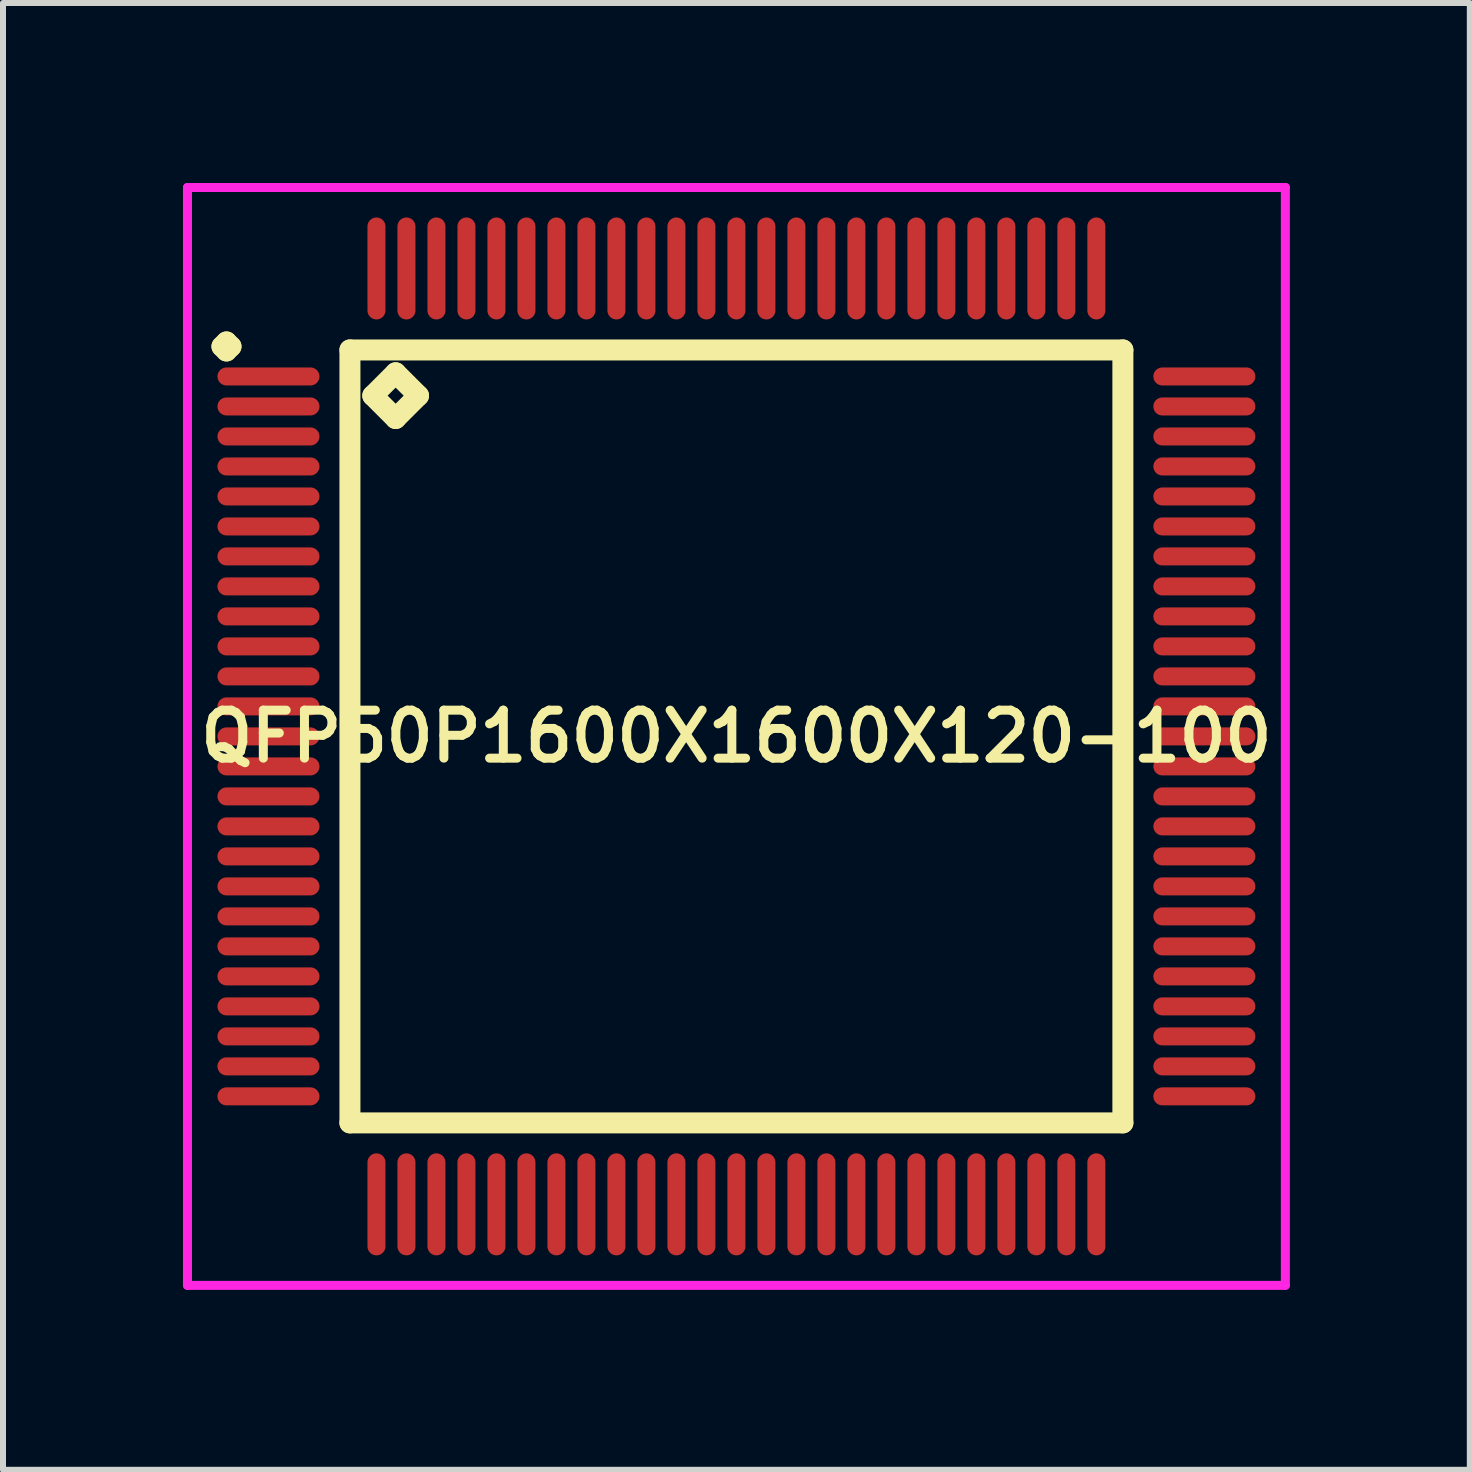
<source format=kicad_pcb>
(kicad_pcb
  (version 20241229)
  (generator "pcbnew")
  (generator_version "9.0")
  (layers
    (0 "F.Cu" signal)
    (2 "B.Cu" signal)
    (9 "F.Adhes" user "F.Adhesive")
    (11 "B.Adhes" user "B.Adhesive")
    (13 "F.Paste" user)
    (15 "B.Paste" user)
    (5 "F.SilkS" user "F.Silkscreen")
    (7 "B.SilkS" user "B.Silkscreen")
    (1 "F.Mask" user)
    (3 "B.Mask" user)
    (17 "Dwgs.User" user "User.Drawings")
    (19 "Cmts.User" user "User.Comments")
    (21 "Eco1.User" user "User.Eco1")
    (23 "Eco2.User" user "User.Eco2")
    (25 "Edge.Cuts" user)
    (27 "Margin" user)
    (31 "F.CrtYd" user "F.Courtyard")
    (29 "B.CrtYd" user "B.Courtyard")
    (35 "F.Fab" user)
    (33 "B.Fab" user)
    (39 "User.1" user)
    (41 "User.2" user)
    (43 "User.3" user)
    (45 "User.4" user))
  (footprint "QFP50P1600X1600X120-100"
    (layer "F.Cu")
    (at 9.225 9.225)
    (property "Reference" "QFP50P1600X1600X120-100" (at 0 0 0) (layer "F.SilkS") (effects (font (size 0.8 0.8) (thickness 0.15))))
    (attr through_hole)
    (fp_line (start -8.575 -6.5) (end -8.5 -6.575) (stroke (width 0.35) (type solid)) (layer "F.SilkS"))
    (fp_line (start -8.5 -6.575) (end -8.425 -6.5) (stroke (width 0.35) (type solid)) (layer "F.SilkS"))
    (fp_line (start -8.5 -6.425) (end -8.575 -6.5) (stroke (width 0.35) (type solid)) (layer "F.SilkS"))
    (fp_line (start -8.425 -6.5) (end -8.5 -6.425) (stroke (width 0.35) (type solid)) (layer "F.SilkS"))
    (fp_line (start -6.442 -6.442) (end -6.442 6.442) (stroke (width 0.35) (type solid)) (layer "F.SilkS"))
    (fp_line (start -6.442 6.442) (end 6.442 6.442) (stroke (width 0.35) (type solid)) (layer "F.SilkS"))
    (fp_line (start -6.061 -5.68) (end -5.68 -6.061) (stroke (width 0.35) (type solid)) (layer "F.SilkS"))
    (fp_line (start -5.68 -6.061) (end -5.299 -5.68) (stroke (width 0.35) (type solid)) (layer "F.SilkS"))
    (fp_line (start -5.68 -5.299) (end -6.061 -5.68) (stroke (width 0.35) (type solid)) (layer "F.SilkS"))
    (fp_line (start -5.299 -5.68) (end -5.68 -5.299) (stroke (width 0.35) (type solid)) (layer "F.SilkS"))
    (fp_line (start 6.442 -6.442) (end -6.442 -6.442) (stroke (width 0.35) (type solid)) (layer "F.SilkS"))
    (fp_line (start 6.442 6.442) (end 6.442 -6.442) (stroke (width 0.35) (type solid)) (layer "F.SilkS"))
    (fp_line (start -9.15 -9.15) (end 9.15 -9.15) (stroke (width 0.15) (type solid)) (layer "F.CrtYd"))
    (fp_line (start -9.15 9.15) (end -9.15 -9.15) (stroke (width 0.15) (type solid)) (layer "F.CrtYd"))
    (fp_line (start 9.15 -9.15) (end 9.15 9.15) (stroke (width 0.15) (type solid)) (layer "F.CrtYd"))
    (fp_line (start 9.15 9.15) (end -9.15 9.15) (stroke (width 0.15) (type solid)) (layer "F.CrtYd"))
    (pad "1" smd oval (at -7.8 -6) (size 1.7 0.3) (layers "F.Cu" "F.Mask" "F.Paste"))
    (pad "2" smd oval (at -7.8 -5.5) (size 1.7 0.3) (layers "F.Cu" "F.Mask" "F.Paste"))
    (pad "3" smd oval (at -7.8 -5) (size 1.7 0.3) (layers "F.Cu" "F.Mask" "F.Paste"))
    (pad "4" smd oval (at -7.8 -4.5) (size 1.7 0.3) (layers "F.Cu" "F.Mask" "F.Paste"))
    (pad "5" smd oval (at -7.8 -4) (size 1.7 0.3) (layers "F.Cu" "F.Mask" "F.Paste"))
    (pad "6" smd oval (at -7.8 -3.5) (size 1.7 0.3) (layers "F.Cu" "F.Mask" "F.Paste"))
    (pad "7" smd oval (at -7.8 -3) (size 1.7 0.3) (layers "F.Cu" "F.Mask" "F.Paste"))
    (pad "8" smd oval (at -7.8 -2.5) (size 1.7 0.3) (layers "F.Cu" "F.Mask" "F.Paste"))
    (pad "9" smd oval (at -7.8 -2) (size 1.7 0.3) (layers "F.Cu" "F.Mask" "F.Paste"))
    (pad "10" smd oval (at -7.8 -1.5) (size 1.7 0.3) (layers "F.Cu" "F.Mask" "F.Paste"))
    (pad "11" smd oval (at -7.8 -1) (size 1.7 0.3) (layers "F.Cu" "F.Mask" "F.Paste"))
    (pad "12" smd oval (at -7.8 -0.5) (size 1.7 0.3) (layers "F.Cu" "F.Mask" "F.Paste"))
    (pad "13" smd oval (at -7.8 0) (size 1.7 0.3) (layers "F.Cu" "F.Mask" "F.Paste"))
    (pad "14" smd oval (at -7.8 0.5) (size 1.7 0.3) (layers "F.Cu" "F.Mask" "F.Paste"))
    (pad "15" smd oval (at -7.8 1) (size 1.7 0.3) (layers "F.Cu" "F.Mask" "F.Paste"))
    (pad "16" smd oval (at -7.8 1.5) (size 1.7 0.3) (layers "F.Cu" "F.Mask" "F.Paste"))
    (pad "17" smd oval (at -7.8 2) (size 1.7 0.3) (layers "F.Cu" "F.Mask" "F.Paste"))
    (pad "18" smd oval (at -7.8 2.5) (size 1.7 0.3) (layers "F.Cu" "F.Mask" "F.Paste"))
    (pad "19" smd oval (at -7.8 3) (size 1.7 0.3) (layers "F.Cu" "F.Mask" "F.Paste"))
    (pad "20" smd oval (at -7.8 3.5) (size 1.7 0.3) (layers "F.Cu" "F.Mask" "F.Paste"))
    (pad "21" smd oval (at -7.8 4) (size 1.7 0.3) (layers "F.Cu" "F.Mask" "F.Paste"))
    (pad "22" smd oval (at -7.8 4.5) (size 1.7 0.3) (layers "F.Cu" "F.Mask" "F.Paste"))
    (pad "23" smd oval (at -7.8 5) (size 1.7 0.3) (layers "F.Cu" "F.Mask" "F.Paste"))
    (pad "24" smd oval (at -7.8 5.5) (size 1.7 0.3) (layers "F.Cu" "F.Mask" "F.Paste"))
    (pad "25" smd oval (at -7.8 6) (size 1.7 0.3) (layers "F.Cu" "F.Mask" "F.Paste"))
    (pad "26" smd oval (at -6 7.8) (size 0.3 1.7) (layers "F.Cu" "F.Mask" "F.Paste"))
    (pad "27" smd oval (at -5.5 7.8) (size 0.3 1.7) (layers "F.Cu" "F.Mask" "F.Paste"))
    (pad "28" smd oval (at -5 7.8) (size 0.3 1.7) (layers "F.Cu" "F.Mask" "F.Paste"))
    (pad "29" smd oval (at -4.5 7.8) (size 0.3 1.7) (layers "F.Cu" "F.Mask" "F.Paste"))
    (pad "30" smd oval (at -4 7.8) (size 0.3 1.7) (layers "F.Cu" "F.Mask" "F.Paste"))
    (pad "31" smd oval (at -3.5 7.8) (size 0.3 1.7) (layers "F.Cu" "F.Mask" "F.Paste"))
    (pad "32" smd oval (at -3 7.8) (size 0.3 1.7) (layers "F.Cu" "F.Mask" "F.Paste"))
    (pad "33" smd oval (at -2.5 7.8) (size 0.3 1.7) (layers "F.Cu" "F.Mask" "F.Paste"))
    (pad "34" smd oval (at -2 7.8) (size 0.3 1.7) (layers "F.Cu" "F.Mask" "F.Paste"))
    (pad "35" smd oval (at -1.5 7.8) (size 0.3 1.7) (layers "F.Cu" "F.Mask" "F.Paste"))
    (pad "36" smd oval (at -1 7.8) (size 0.3 1.7) (layers "F.Cu" "F.Mask" "F.Paste"))
    (pad "37" smd oval (at -0.5 7.8) (size 0.3 1.7) (layers "F.Cu" "F.Mask" "F.Paste"))
    (pad "38" smd oval (at 0 7.8) (size 0.3 1.7) (layers "F.Cu" "F.Mask" "F.Paste"))
    (pad "39" smd oval (at 0.5 7.8) (size 0.3 1.7) (layers "F.Cu" "F.Mask" "F.Paste"))
    (pad "40" smd oval (at 1 7.8) (size 0.3 1.7) (layers "F.Cu" "F.Mask" "F.Paste"))
    (pad "41" smd oval (at 1.5 7.8) (size 0.3 1.7) (layers "F.Cu" "F.Mask" "F.Paste"))
    (pad "42" smd oval (at 2 7.8) (size 0.3 1.7) (layers "F.Cu" "F.Mask" "F.Paste"))
    (pad "43" smd oval (at 2.5 7.8) (size 0.3 1.7) (layers "F.Cu" "F.Mask" "F.Paste"))
    (pad "44" smd oval (at 3 7.8) (size 0.3 1.7) (layers "F.Cu" "F.Mask" "F.Paste"))
    (pad "45" smd oval (at 3.5 7.8) (size 0.3 1.7) (layers "F.Cu" "F.Mask" "F.Paste"))
    (pad "46" smd oval (at 4 7.8) (size 0.3 1.7) (layers "F.Cu" "F.Mask" "F.Paste"))
    (pad "47" smd oval (at 4.5 7.8) (size 0.3 1.7) (layers "F.Cu" "F.Mask" "F.Paste"))
    (pad "48" smd oval (at 5 7.8) (size 0.3 1.7) (layers "F.Cu" "F.Mask" "F.Paste"))
    (pad "49" smd oval (at 5.5 7.8) (size 0.3 1.7) (layers "F.Cu" "F.Mask" "F.Paste"))
    (pad "50" smd oval (at 6 7.8) (size 0.3 1.7) (layers "F.Cu" "F.Mask" "F.Paste"))
    (pad "51" smd oval (at 7.8 6) (size 1.7 0.3) (layers "F.Cu" "F.Mask" "F.Paste"))
    (pad "52" smd oval (at 7.8 5.5) (size 1.7 0.3) (layers "F.Cu" "F.Mask" "F.Paste"))
    (pad "53" smd oval (at 7.8 5) (size 1.7 0.3) (layers "F.Cu" "F.Mask" "F.Paste"))
    (pad "54" smd oval (at 7.8 4.5) (size 1.7 0.3) (layers "F.Cu" "F.Mask" "F.Paste"))
    (pad "55" smd oval (at 7.8 4) (size 1.7 0.3) (layers "F.Cu" "F.Mask" "F.Paste"))
    (pad "56" smd oval (at 7.8 3.5) (size 1.7 0.3) (layers "F.Cu" "F.Mask" "F.Paste"))
    (pad "57" smd oval (at 7.8 3) (size 1.7 0.3) (layers "F.Cu" "F.Mask" "F.Paste"))
    (pad "58" smd oval (at 7.8 2.5) (size 1.7 0.3) (layers "F.Cu" "F.Mask" "F.Paste"))
    (pad "59" smd oval (at 7.8 2) (size 1.7 0.3) (layers "F.Cu" "F.Mask" "F.Paste"))
    (pad "60" smd oval (at 7.8 1.5) (size 1.7 0.3) (layers "F.Cu" "F.Mask" "F.Paste"))
    (pad "61" smd oval (at 7.8 1) (size 1.7 0.3) (layers "F.Cu" "F.Mask" "F.Paste"))
    (pad "62" smd oval (at 7.8 0.5) (size 1.7 0.3) (layers "F.Cu" "F.Mask" "F.Paste"))
    (pad "63" smd oval (at 7.8 0) (size 1.7 0.3) (layers "F.Cu" "F.Mask" "F.Paste"))
    (pad "64" smd oval (at 7.8 -0.5) (size 1.7 0.3) (layers "F.Cu" "F.Mask" "F.Paste"))
    (pad "65" smd oval (at 7.8 -1) (size 1.7 0.3) (layers "F.Cu" "F.Mask" "F.Paste"))
    (pad "66" smd oval (at 7.8 -1.5) (size 1.7 0.3) (layers "F.Cu" "F.Mask" "F.Paste"))
    (pad "67" smd oval (at 7.8 -2) (size 1.7 0.3) (layers "F.Cu" "F.Mask" "F.Paste"))
    (pad "68" smd oval (at 7.8 -2.5) (size 1.7 0.3) (layers "F.Cu" "F.Mask" "F.Paste"))
    (pad "69" smd oval (at 7.8 -3) (size 1.7 0.3) (layers "F.Cu" "F.Mask" "F.Paste"))
    (pad "70" smd oval (at 7.8 -3.5) (size 1.7 0.3) (layers "F.Cu" "F.Mask" "F.Paste"))
    (pad "71" smd oval (at 7.8 -4) (size 1.7 0.3) (layers "F.Cu" "F.Mask" "F.Paste"))
    (pad "72" smd oval (at 7.8 -4.5) (size 1.7 0.3) (layers "F.Cu" "F.Mask" "F.Paste"))
    (pad "73" smd oval (at 7.8 -5) (size 1.7 0.3) (layers "F.Cu" "F.Mask" "F.Paste"))
    (pad "74" smd oval (at 7.8 -5.5) (size 1.7 0.3) (layers "F.Cu" "F.Mask" "F.Paste"))
    (pad "75" smd oval (at 7.8 -6) (size 1.7 0.3) (layers "F.Cu" "F.Mask" "F.Paste"))
    (pad "76" smd oval (at 6 -7.8) (size 0.3 1.7) (layers "F.Cu" "F.Mask" "F.Paste"))
    (pad "77" smd oval (at 5.5 -7.8) (size 0.3 1.7) (layers "F.Cu" "F.Mask" "F.Paste"))
    (pad "78" smd oval (at 5 -7.8) (size 0.3 1.7) (layers "F.Cu" "F.Mask" "F.Paste"))
    (pad "79" smd oval (at 4.5 -7.8) (size 0.3 1.7) (layers "F.Cu" "F.Mask" "F.Paste"))
    (pad "80" smd oval (at 4 -7.8) (size 0.3 1.7) (layers "F.Cu" "F.Mask" "F.Paste"))
    (pad "81" smd oval (at 3.5 -7.8) (size 0.3 1.7) (layers "F.Cu" "F.Mask" "F.Paste"))
    (pad "82" smd oval (at 3 -7.8) (size 0.3 1.7) (layers "F.Cu" "F.Mask" "F.Paste"))
    (pad "83" smd oval (at 2.5 -7.8) (size 0.3 1.7) (layers "F.Cu" "F.Mask" "F.Paste"))
    (pad "84" smd oval (at 2 -7.8) (size 0.3 1.7) (layers "F.Cu" "F.Mask" "F.Paste"))
    (pad "85" smd oval (at 1.5 -7.8) (size 0.3 1.7) (layers "F.Cu" "F.Mask" "F.Paste"))
    (pad "86" smd oval (at 1 -7.8) (size 0.3 1.7) (layers "F.Cu" "F.Mask" "F.Paste"))
    (pad "87" smd oval (at 0.5 -7.8) (size 0.3 1.7) (layers "F.Cu" "F.Mask" "F.Paste"))
    (pad "88" smd oval (at 0 -7.8) (size 0.3 1.7) (layers "F.Cu" "F.Mask" "F.Paste"))
    (pad "89" smd oval (at -0.5 -7.8) (size 0.3 1.7) (layers "F.Cu" "F.Mask" "F.Paste"))
    (pad "90" smd oval (at -1 -7.8) (size 0.3 1.7) (layers "F.Cu" "F.Mask" "F.Paste"))
    (pad "91" smd oval (at -1.5 -7.8) (size 0.3 1.7) (layers "F.Cu" "F.Mask" "F.Paste"))
    (pad "92" smd oval (at -2 -7.8) (size 0.3 1.7) (layers "F.Cu" "F.Mask" "F.Paste"))
    (pad "93" smd oval (at -2.5 -7.8) (size 0.3 1.7) (layers "F.Cu" "F.Mask" "F.Paste"))
    (pad "94" smd oval (at -3 -7.8) (size 0.3 1.7) (layers "F.Cu" "F.Mask" "F.Paste"))
    (pad "95" smd oval (at -3.5 -7.8) (size 0.3 1.7) (layers "F.Cu" "F.Mask" "F.Paste"))
    (pad "96" smd oval (at -4 -7.8) (size 0.3 1.7) (layers "F.Cu" "F.Mask" "F.Paste"))
    (pad "97" smd oval (at -4.5 -7.8) (size 0.3 1.7) (layers "F.Cu" "F.Mask" "F.Paste"))
    (pad "98" smd oval (at -5 -7.8) (size 0.3 1.7) (layers "F.Cu" "F.Mask" "F.Paste"))
    (pad "99" smd oval (at -5.5 -7.8) (size 0.3 1.7) (layers "F.Cu" "F.Mask" "F.Paste"))
    (pad "100" smd oval (at -6 -7.8) (size 0.3 1.7) (layers "F.Cu" "F.Mask" "F.Paste")))
  (gr_rect
    (start -3 -3)
    (end 21.45 21.45)
    (stroke (width 0.1) (type default))
    (fill no)
    (layer "Edge.Cuts")))
</source>
